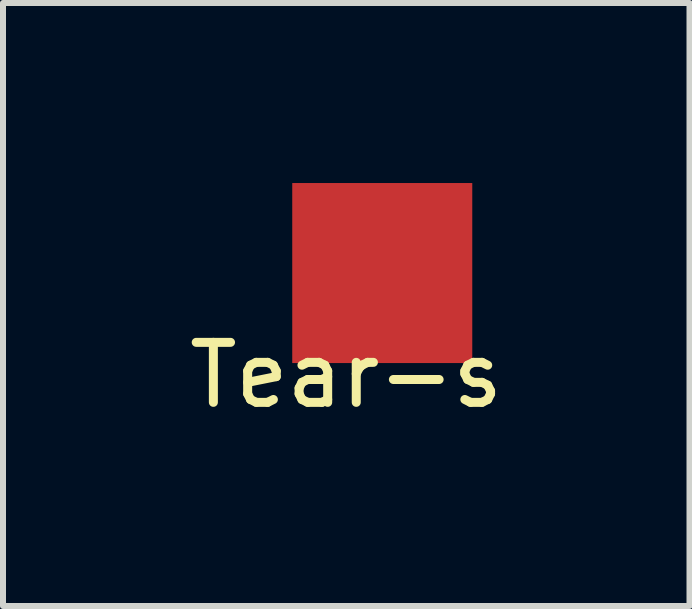
<source format=kicad_pcb>
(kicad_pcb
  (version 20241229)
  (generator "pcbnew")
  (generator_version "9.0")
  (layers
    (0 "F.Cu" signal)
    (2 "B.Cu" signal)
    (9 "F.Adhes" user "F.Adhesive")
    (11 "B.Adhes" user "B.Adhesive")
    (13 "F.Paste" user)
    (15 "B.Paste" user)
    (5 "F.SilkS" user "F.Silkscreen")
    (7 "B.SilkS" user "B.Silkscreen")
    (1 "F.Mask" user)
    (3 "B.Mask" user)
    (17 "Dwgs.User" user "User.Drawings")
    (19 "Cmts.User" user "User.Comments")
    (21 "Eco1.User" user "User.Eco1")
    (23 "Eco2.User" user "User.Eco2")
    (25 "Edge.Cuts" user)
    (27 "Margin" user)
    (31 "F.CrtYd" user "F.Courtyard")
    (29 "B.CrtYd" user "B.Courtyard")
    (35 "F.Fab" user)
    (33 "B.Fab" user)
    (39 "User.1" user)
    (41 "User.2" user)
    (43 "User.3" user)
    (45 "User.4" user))
  (footprint "Tear-s"
    (layer "F.Cu")
    (at 2.72 2.7)
    (property "Reference" "Tear-s" (at 0 0.5 0) (layer "F.SilkS") (effects (font (size 1 1) (thickness 0.15))))
    (attr through_hole)
    (pad "2" connect rect (at 0.6 -1.2 90) (size 3 3) (layers "F.Cu" "F.Mask")))
  (gr_rect
    (start -3 -3)
    (end 8.44 7.048)
    (stroke (width 0.1) (type default))
    (fill no)
    (layer "Edge.Cuts")))
</source>
